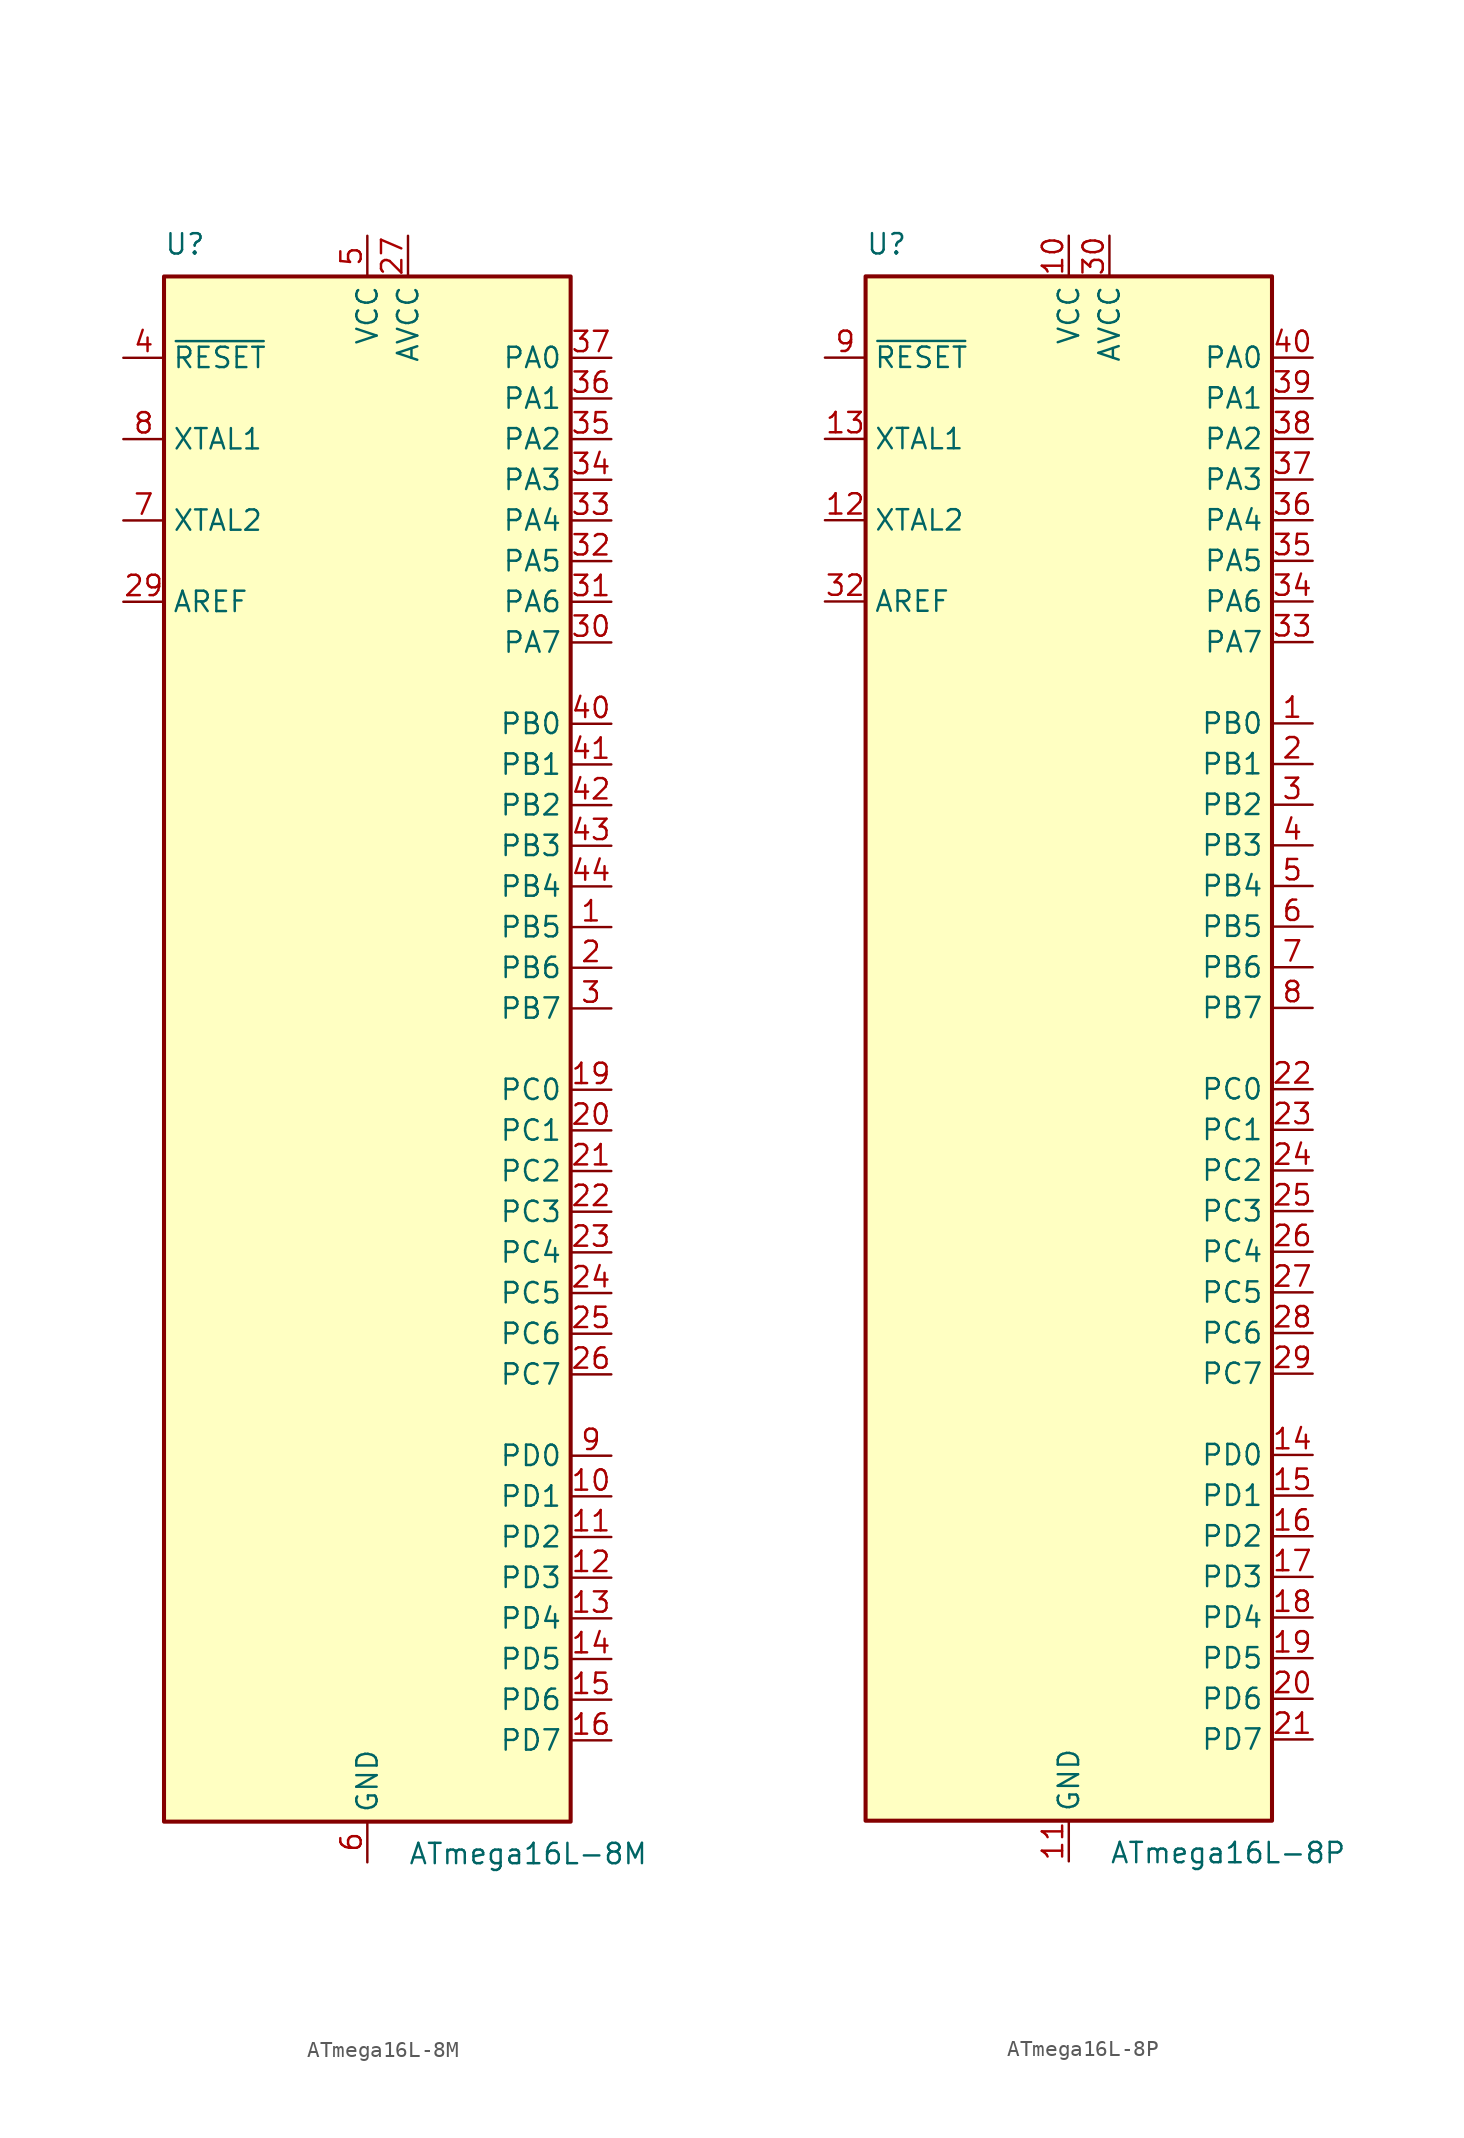
<source format=kicad_sym>
(kicad_symbol_lib
  (version 20201005)
  (generator kicad_symbol_editor)
  (symbol "ATmega16L-8M"
    (property "Reference" "U"
      (at -12.7 49.53 0)
      (effects (font (size 1.27 1.27)) (justify left bottom)))
    (property "Value" "ATmega16L-8M"
      (at 2.54 -49.53 0)
      (effects (font (size 1.27 1.27)) (justify left top)))
    (symbol "ATmega16L-8M_0_1"
      (rectangle (start -12.7 -48.26) (end 12.7 48.26) (stroke (width 0.254)) (fill (type background))))
    (symbol "ATmega16L-8M_1_1"
      (pin bidirectional line (at 15.24 7.62 180) (length 2.54) (name "PB5" (effects (font (size 1.27 1.27)))) (number "1" (effects (font (size 1.27 1.27)))))
      (pin bidirectional line (at 15.24 -27.94 180) (length 2.54) (name "PD1" (effects (font (size 1.27 1.27)))) (number "10" (effects (font (size 1.27 1.27)))))
      (pin bidirectional line (at 15.24 -30.48 180) (length 2.54) (name "PD2" (effects (font (size 1.27 1.27)))) (number "11" (effects (font (size 1.27 1.27)))))
      (pin bidirectional line (at 15.24 -33.02 180) (length 2.54) (name "PD3" (effects (font (size 1.27 1.27)))) (number "12" (effects (font (size 1.27 1.27)))))
      (pin bidirectional line (at 15.24 -35.56 180) (length 2.54) (name "PD4" (effects (font (size 1.27 1.27)))) (number "13" (effects (font (size 1.27 1.27)))))
      (pin bidirectional line (at 15.24 -38.1 180) (length 2.54) (name "PD5" (effects (font (size 1.27 1.27)))) (number "14" (effects (font (size 1.27 1.27)))))
      (pin bidirectional line (at 15.24 -40.64 180) (length 2.54) (name "PD6" (effects (font (size 1.27 1.27)))) (number "15" (effects (font (size 1.27 1.27)))))
      (pin bidirectional line (at 15.24 -43.18 180) (length 2.54) (name "PD7" (effects (font (size 1.27 1.27)))) (number "16" (effects (font (size 1.27 1.27)))))
      (pin passive line (at 0 50.8 270) (length 2.54) hide (name "VCC" (effects (font (size 1.27 1.27)))) (number "17" (effects (font (size 1.27 1.27)))))
      (pin passive line (at 0 -50.8 90) (length 2.54) hide (name "GND" (effects (font (size 1.27 1.27)))) (number "18" (effects (font (size 1.27 1.27)))))
      (pin bidirectional line (at 15.24 -2.54 180) (length 2.54) (name "PC0" (effects (font (size 1.27 1.27)))) (number "19" (effects (font (size 1.27 1.27)))))
      (pin bidirectional line (at 15.24 5.08 180) (length 2.54) (name "PB6" (effects (font (size 1.27 1.27)))) (number "2" (effects (font (size 1.27 1.27)))))
      (pin bidirectional line (at 15.24 -5.08 180) (length 2.54) (name "PC1" (effects (font (size 1.27 1.27)))) (number "20" (effects (font (size 1.27 1.27)))))
      (pin bidirectional line (at 15.24 -7.62 180) (length 2.54) (name "PC2" (effects (font (size 1.27 1.27)))) (number "21" (effects (font (size 1.27 1.27)))))
      (pin bidirectional line (at 15.24 -10.16 180) (length 2.54) (name "PC3" (effects (font (size 1.27 1.27)))) (number "22" (effects (font (size 1.27 1.27)))))
      (pin bidirectional line (at 15.24 -12.7 180) (length 2.54) (name "PC4" (effects (font (size 1.27 1.27)))) (number "23" (effects (font (size 1.27 1.27)))))
      (pin bidirectional line (at 15.24 -15.24 180) (length 2.54) (name "PC5" (effects (font (size 1.27 1.27)))) (number "24" (effects (font (size 1.27 1.27)))))
      (pin bidirectional line (at 15.24 -17.78 180) (length 2.54) (name "PC6" (effects (font (size 1.27 1.27)))) (number "25" (effects (font (size 1.27 1.27)))))
      (pin bidirectional line (at 15.24 -20.32 180) (length 2.54) (name "PC7" (effects (font (size 1.27 1.27)))) (number "26" (effects (font (size 1.27 1.27)))))
      (pin power_in line (at 2.54 50.8 270) (length 2.54) (name "AVCC" (effects (font (size 1.27 1.27)))) (number "27" (effects (font (size 1.27 1.27)))))
      (pin passive line (at 0 -50.8 90) (length 2.54) hide (name "GND" (effects (font (size 1.27 1.27)))) (number "28" (effects (font (size 1.27 1.27)))))
      (pin passive line (at -15.24 27.94 0) (length 2.54) (name "AREF" (effects (font (size 1.27 1.27)))) (number "29" (effects (font (size 1.27 1.27)))))
      (pin bidirectional line (at 15.24 2.54 180) (length 2.54) (name "PB7" (effects (font (size 1.27 1.27)))) (number "3" (effects (font (size 1.27 1.27)))))
      (pin bidirectional line (at 15.24 25.4 180) (length 2.54) (name "PA7" (effects (font (size 1.27 1.27)))) (number "30" (effects (font (size 1.27 1.27)))))
      (pin bidirectional line (at 15.24 27.94 180) (length 2.54) (name "PA6" (effects (font (size 1.27 1.27)))) (number "31" (effects (font (size 1.27 1.27)))))
      (pin bidirectional line (at 15.24 30.48 180) (length 2.54) (name "PA5" (effects (font (size 1.27 1.27)))) (number "32" (effects (font (size 1.27 1.27)))))
      (pin bidirectional line (at 15.24 33.02 180) (length 2.54) (name "PA4" (effects (font (size 1.27 1.27)))) (number "33" (effects (font (size 1.27 1.27)))))
      (pin bidirectional line (at 15.24 35.56 180) (length 2.54) (name "PA3" (effects (font (size 1.27 1.27)))) (number "34" (effects (font (size 1.27 1.27)))))
      (pin bidirectional line (at 15.24 38.1 180) (length 2.54) (name "PA2" (effects (font (size 1.27 1.27)))) (number "35" (effects (font (size 1.27 1.27)))))
      (pin bidirectional line (at 15.24 40.64 180) (length 2.54) (name "PA1" (effects (font (size 1.27 1.27)))) (number "36" (effects (font (size 1.27 1.27)))))
      (pin bidirectional line (at 15.24 43.18 180) (length 2.54) (name "PA0" (effects (font (size 1.27 1.27)))) (number "37" (effects (font (size 1.27 1.27)))))
      (pin passive line (at 0 50.8 270) (length 2.54) hide (name "VCC" (effects (font (size 1.27 1.27)))) (number "38" (effects (font (size 1.27 1.27)))))
      (pin passive line (at 0 -50.8 90) (length 2.54) hide (name "GND" (effects (font (size 1.27 1.27)))) (number "39" (effects (font (size 1.27 1.27)))))
      (pin input line (at -15.24 43.18 0) (length 2.54) (name "~RESET" (effects (font (size 1.27 1.27)))) (number "4" (effects (font (size 1.27 1.27)))))
      (pin bidirectional line (at 15.24 20.32 180) (length 2.54) (name "PB0" (effects (font (size 1.27 1.27)))) (number "40" (effects (font (size 1.27 1.27)))))
      (pin bidirectional line (at 15.24 17.78 180) (length 2.54) (name "PB1" (effects (font (size 1.27 1.27)))) (number "41" (effects (font (size 1.27 1.27)))))
      (pin bidirectional line (at 15.24 15.24 180) (length 2.54) (name "PB2" (effects (font (size 1.27 1.27)))) (number "42" (effects (font (size 1.27 1.27)))))
      (pin bidirectional line (at 15.24 12.7 180) (length 2.54) (name "PB3" (effects (font (size 1.27 1.27)))) (number "43" (effects (font (size 1.27 1.27)))))
      (pin bidirectional line (at 15.24 10.16 180) (length 2.54) (name "PB4" (effects (font (size 1.27 1.27)))) (number "44" (effects (font (size 1.27 1.27)))))
      (pin passive line (at 0 -50.8 90) (length 2.54) hide (name "GND" (effects (font (size 1.27 1.27)))) (number "45" (effects (font (size 1.27 1.27)))))
      (pin power_in line (at 0 50.8 270) (length 2.54) (name "VCC" (effects (font (size 1.27 1.27)))) (number "5" (effects (font (size 1.27 1.27)))))
      (pin power_in line (at 0 -50.8 90) (length 2.54) (name "GND" (effects (font (size 1.27 1.27)))) (number "6" (effects (font (size 1.27 1.27)))))
      (pin output line (at -15.24 33.02 0) (length 2.54) (name "XTAL2" (effects (font (size 1.27 1.27)))) (number "7" (effects (font (size 1.27 1.27)))))
      (pin input line (at -15.24 38.1 0) (length 2.54) (name "XTAL1" (effects (font (size 1.27 1.27)))) (number "8" (effects (font (size 1.27 1.27)))))
      (pin bidirectional line (at 15.24 -25.4 180) (length 2.54) (name "PD0" (effects (font (size 1.27 1.27)))) (number "9" (effects (font (size 1.27 1.27)))))))
  (symbol "ATmega16L-8P"
    (property "Reference" "U"
      (at -12.7 49.53 0)
      (effects (font (size 1.27 1.27)) (justify left bottom)))
    (property "Value" "ATmega16L-8P"
      (at 2.54 -49.53 0)
      (effects (font (size 1.27 1.27)) (justify left top)))
    (symbol "ATmega16L-8P_0_1"
      (rectangle (start -12.7 -48.26) (end 12.7 48.26) (stroke (width 0.254)) (fill (type background))))
    (symbol "ATmega16L-8P_1_1"
      (pin bidirectional line (at 15.24 20.32 180) (length 2.54) (name "PB0" (effects (font (size 1.27 1.27)))) (number "1" (effects (font (size 1.27 1.27)))))
      (pin power_in line (at 0 50.8 270) (length 2.54) (name "VCC" (effects (font (size 1.27 1.27)))) (number "10" (effects (font (size 1.27 1.27)))))
      (pin power_in line (at 0 -50.8 90) (length 2.54) (name "GND" (effects (font (size 1.27 1.27)))) (number "11" (effects (font (size 1.27 1.27)))))
      (pin output line (at -15.24 33.02 0) (length 2.54) (name "XTAL2" (effects (font (size 1.27 1.27)))) (number "12" (effects (font (size 1.27 1.27)))))
      (pin input line (at -15.24 38.1 0) (length 2.54) (name "XTAL1" (effects (font (size 1.27 1.27)))) (number "13" (effects (font (size 1.27 1.27)))))
      (pin bidirectional line (at 15.24 -25.4 180) (length 2.54) (name "PD0" (effects (font (size 1.27 1.27)))) (number "14" (effects (font (size 1.27 1.27)))))
      (pin bidirectional line (at 15.24 -27.94 180) (length 2.54) (name "PD1" (effects (font (size 1.27 1.27)))) (number "15" (effects (font (size 1.27 1.27)))))
      (pin bidirectional line (at 15.24 -30.48 180) (length 2.54) (name "PD2" (effects (font (size 1.27 1.27)))) (number "16" (effects (font (size 1.27 1.27)))))
      (pin bidirectional line (at 15.24 -33.02 180) (length 2.54) (name "PD3" (effects (font (size 1.27 1.27)))) (number "17" (effects (font (size 1.27 1.27)))))
      (pin bidirectional line (at 15.24 -35.56 180) (length 2.54) (name "PD4" (effects (font (size 1.27 1.27)))) (number "18" (effects (font (size 1.27 1.27)))))
      (pin bidirectional line (at 15.24 -38.1 180) (length 2.54) (name "PD5" (effects (font (size 1.27 1.27)))) (number "19" (effects (font (size 1.27 1.27)))))
      (pin bidirectional line (at 15.24 17.78 180) (length 2.54) (name "PB1" (effects (font (size 1.27 1.27)))) (number "2" (effects (font (size 1.27 1.27)))))
      (pin bidirectional line (at 15.24 -40.64 180) (length 2.54) (name "PD6" (effects (font (size 1.27 1.27)))) (number "20" (effects (font (size 1.27 1.27)))))
      (pin bidirectional line (at 15.24 -43.18 180) (length 2.54) (name "PD7" (effects (font (size 1.27 1.27)))) (number "21" (effects (font (size 1.27 1.27)))))
      (pin bidirectional line (at 15.24 -2.54 180) (length 2.54) (name "PC0" (effects (font (size 1.27 1.27)))) (number "22" (effects (font (size 1.27 1.27)))))
      (pin bidirectional line (at 15.24 -5.08 180) (length 2.54) (name "PC1" (effects (font (size 1.27 1.27)))) (number "23" (effects (font (size 1.27 1.27)))))
      (pin bidirectional line (at 15.24 -7.62 180) (length 2.54) (name "PC2" (effects (font (size 1.27 1.27)))) (number "24" (effects (font (size 1.27 1.27)))))
      (pin bidirectional line (at 15.24 -10.16 180) (length 2.54) (name "PC3" (effects (font (size 1.27 1.27)))) (number "25" (effects (font (size 1.27 1.27)))))
      (pin bidirectional line (at 15.24 -12.7 180) (length 2.54) (name "PC4" (effects (font (size 1.27 1.27)))) (number "26" (effects (font (size 1.27 1.27)))))
      (pin bidirectional line (at 15.24 -15.24 180) (length 2.54) (name "PC5" (effects (font (size 1.27 1.27)))) (number "27" (effects (font (size 1.27 1.27)))))
      (pin bidirectional line (at 15.24 -17.78 180) (length 2.54) (name "PC6" (effects (font (size 1.27 1.27)))) (number "28" (effects (font (size 1.27 1.27)))))
      (pin bidirectional line (at 15.24 -20.32 180) (length 2.54) (name "PC7" (effects (font (size 1.27 1.27)))) (number "29" (effects (font (size 1.27 1.27)))))
      (pin bidirectional line (at 15.24 15.24 180) (length 2.54) (name "PB2" (effects (font (size 1.27 1.27)))) (number "3" (effects (font (size 1.27 1.27)))))
      (pin power_in line (at 2.54 50.8 270) (length 2.54) (name "AVCC" (effects (font (size 1.27 1.27)))) (number "30" (effects (font (size 1.27 1.27)))))
      (pin passive line (at 0 -50.8 90) (length 2.54) hide (name "GND" (effects (font (size 1.27 1.27)))) (number "31" (effects (font (size 1.27 1.27)))))
      (pin passive line (at -15.24 27.94 0) (length 2.54) (name "AREF" (effects (font (size 1.27 1.27)))) (number "32" (effects (font (size 1.27 1.27)))))
      (pin bidirectional line (at 15.24 25.4 180) (length 2.54) (name "PA7" (effects (font (size 1.27 1.27)))) (number "33" (effects (font (size 1.27 1.27)))))
      (pin bidirectional line (at 15.24 27.94 180) (length 2.54) (name "PA6" (effects (font (size 1.27 1.27)))) (number "34" (effects (font (size 1.27 1.27)))))
      (pin bidirectional line (at 15.24 30.48 180) (length 2.54) (name "PA5" (effects (font (size 1.27 1.27)))) (number "35" (effects (font (size 1.27 1.27)))))
      (pin bidirectional line (at 15.24 33.02 180) (length 2.54) (name "PA4" (effects (font (size 1.27 1.27)))) (number "36" (effects (font (size 1.27 1.27)))))
      (pin bidirectional line (at 15.24 35.56 180) (length 2.54) (name "PA3" (effects (font (size 1.27 1.27)))) (number "37" (effects (font (size 1.27 1.27)))))
      (pin bidirectional line (at 15.24 38.1 180) (length 2.54) (name "PA2" (effects (font (size 1.27 1.27)))) (number "38" (effects (font (size 1.27 1.27)))))
      (pin bidirectional line (at 15.24 40.64 180) (length 2.54) (name "PA1" (effects (font (size 1.27 1.27)))) (number "39" (effects (font (size 1.27 1.27)))))
      (pin bidirectional line (at 15.24 12.7 180) (length 2.54) (name "PB3" (effects (font (size 1.27 1.27)))) (number "4" (effects (font (size 1.27 1.27)))))
      (pin bidirectional line (at 15.24 43.18 180) (length 2.54) (name "PA0" (effects (font (size 1.27 1.27)))) (number "40" (effects (font (size 1.27 1.27)))))
      (pin bidirectional line (at 15.24 10.16 180) (length 2.54) (name "PB4" (effects (font (size 1.27 1.27)))) (number "5" (effects (font (size 1.27 1.27)))))
      (pin bidirectional line (at 15.24 7.62 180) (length 2.54) (name "PB5" (effects (font (size 1.27 1.27)))) (number "6" (effects (font (size 1.27 1.27)))))
      (pin bidirectional line (at 15.24 5.08 180) (length 2.54) (name "PB6" (effects (font (size 1.27 1.27)))) (number "7" (effects (font (size 1.27 1.27)))))
      (pin bidirectional line (at 15.24 2.54 180) (length 2.54) (name "PB7" (effects (font (size 1.27 1.27)))) (number "8" (effects (font (size 1.27 1.27)))))
      (pin input line (at -15.24 43.18 0) (length 2.54) (name "~RESET" (effects (font (size 1.27 1.27)))) (number "9" (effects (font (size 1.27 1.27))))))))
</source>
